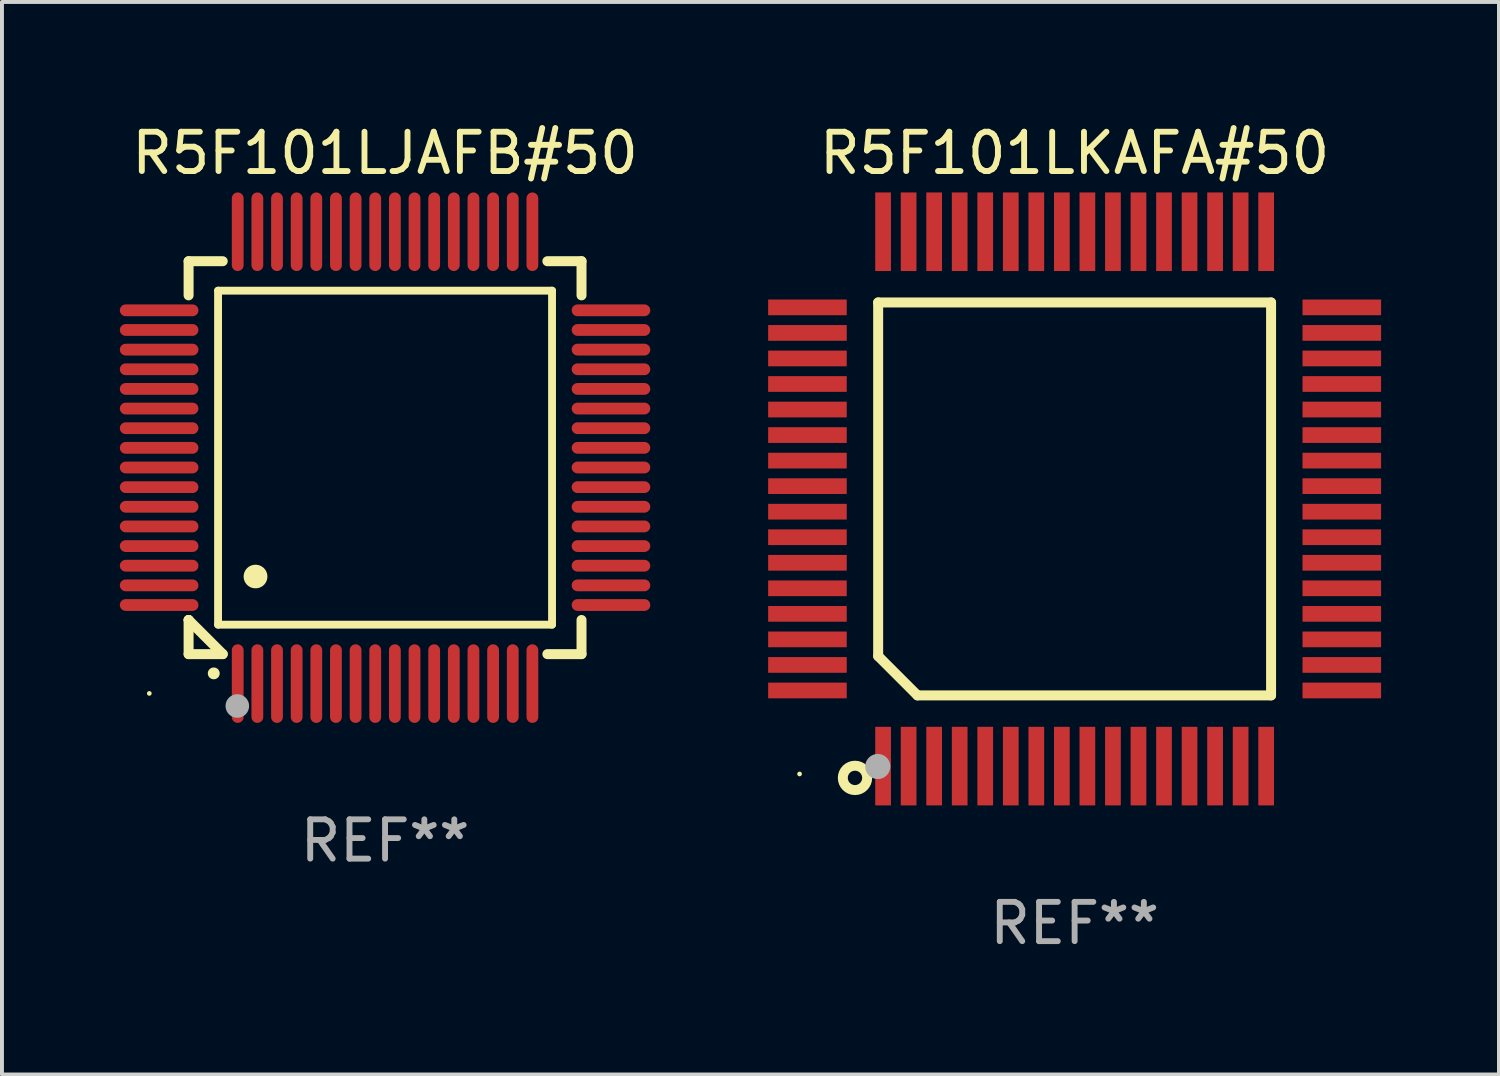
<source format=kicad_pcb>
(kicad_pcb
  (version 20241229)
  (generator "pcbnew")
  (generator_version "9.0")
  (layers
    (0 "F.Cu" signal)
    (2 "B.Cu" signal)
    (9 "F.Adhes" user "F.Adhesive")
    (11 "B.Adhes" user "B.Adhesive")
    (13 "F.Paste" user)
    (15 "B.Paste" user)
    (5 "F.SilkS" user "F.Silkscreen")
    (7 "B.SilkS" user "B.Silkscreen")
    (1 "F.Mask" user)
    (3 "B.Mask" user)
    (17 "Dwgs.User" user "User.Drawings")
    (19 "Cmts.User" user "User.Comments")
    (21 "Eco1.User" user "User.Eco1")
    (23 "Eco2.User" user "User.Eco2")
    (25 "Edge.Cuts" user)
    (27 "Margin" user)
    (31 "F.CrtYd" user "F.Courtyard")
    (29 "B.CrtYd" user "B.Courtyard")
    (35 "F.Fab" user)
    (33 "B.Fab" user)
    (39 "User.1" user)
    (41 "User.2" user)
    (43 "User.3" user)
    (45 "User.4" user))
  (footprint "R5F101LKAFA#50"
    (layer "F.Cu")
    (at 24.3 9.648)
    (property "Reference" "R5F101LKAFA#50" (at 0 -8.8 0) (layer "F.SilkS") (effects (font (size 1 1) (thickness 0.15))))
    (attr through_hole)
    (fp_line (start -5 -5) (end 5 -5) (stroke (width 0.254) (type solid)) (layer "F.SilkS"))
    (fp_line (start -5 4) (end -5 -5) (stroke (width 0.254) (type solid)) (layer "F.SilkS"))
    (fp_line (start -4 5) (end -5 4) (stroke (width 0.254) (type solid)) (layer "F.SilkS"))
    (fp_line (start 5 -5) (end 5 5) (stroke (width 0.254) (type solid)) (layer "F.SilkS"))
    (fp_line (start 5 5) (end -4 5) (stroke (width 0.254) (type solid)) (layer "F.SilkS"))
    (fp_circle (center -7 7) (end -6.97 7) (stroke (width 0.06) (type solid)) (fill no) (layer "F.SilkS"))
    (fp_circle (center -5.59 7.1) (end -5.28 7.1) (stroke (width 0.254) (type solid)) (fill no) (layer "F.SilkS"))
    (fp_circle (center -5.01 6.81) (end -4.85 6.81) (stroke (width 0.32) (type solid)) (fill no) (layer "F.Fab"))
    (fp_text user "REF**" (at 0 10.8 0) (layer "F.Fab") (effects (font (size 1 1) (thickness 0.15))))
    (pad "1" smd rect (at -4.875 6.8) (size 0.4 2) (layers "F.Cu" "F.Mask" "F.Paste"))
    (pad "2" smd rect (at -4.225 6.8) (size 0.4 2) (layers "F.Cu" "F.Mask" "F.Paste"))
    (pad "3" smd rect (at -3.575 6.8) (size 0.4 2) (layers "F.Cu" "F.Mask" "F.Paste"))
    (pad "4" smd rect (at -2.925 6.8) (size 0.4 2) (layers "F.Cu" "F.Mask" "F.Paste"))
    (pad "5" smd rect (at -2.275 6.8) (size 0.4 2) (layers "F.Cu" "F.Mask" "F.Paste"))
    (pad "6" smd rect (at -1.625 6.8) (size 0.4 2) (layers "F.Cu" "F.Mask" "F.Paste"))
    (pad "7" smd rect (at -0.975 6.8) (size 0.4 2) (layers "F.Cu" "F.Mask" "F.Paste"))
    (pad "8" smd rect (at -0.325 6.8) (size 0.4 2) (layers "F.Cu" "F.Mask" "F.Paste"))
    (pad "9" smd rect (at 0.325 6.8) (size 0.4 2) (layers "F.Cu" "F.Mask" "F.Paste"))
    (pad "10" smd rect (at 0.975 6.8) (size 0.4 2) (layers "F.Cu" "F.Mask" "F.Paste"))
    (pad "11" smd rect (at 1.625 6.8) (size 0.4 2) (layers "F.Cu" "F.Mask" "F.Paste"))
    (pad "12" smd rect (at 2.275 6.8) (size 0.4 2) (layers "F.Cu" "F.Mask" "F.Paste"))
    (pad "13" smd rect (at 2.925 6.8) (size 0.4 2) (layers "F.Cu" "F.Mask" "F.Paste"))
    (pad "14" smd rect (at 3.575 6.8) (size 0.4 2) (layers "F.Cu" "F.Mask" "F.Paste"))
    (pad "15" smd rect (at 4.225 6.8) (size 0.4 2) (layers "F.Cu" "F.Mask" "F.Paste"))
    (pad "16" smd rect (at 4.875 6.8) (size 0.4 2) (layers "F.Cu" "F.Mask" "F.Paste"))
    (pad "17" smd rect (at 6.8 4.875) (size 2 0.4) (layers "F.Cu" "F.Mask" "F.Paste"))
    (pad "18" smd rect (at 6.8 4.225) (size 2 0.4) (layers "F.Cu" "F.Mask" "F.Paste"))
    (pad "19" smd rect (at 6.8 3.575) (size 2 0.4) (layers "F.Cu" "F.Mask" "F.Paste"))
    (pad "20" smd rect (at 6.8 2.925) (size 2 0.4) (layers "F.Cu" "F.Mask" "F.Paste"))
    (pad "21" smd rect (at 6.8 2.275) (size 2 0.4) (layers "F.Cu" "F.Mask" "F.Paste"))
    (pad "22" smd rect (at 6.8 1.625) (size 2 0.4) (layers "F.Cu" "F.Mask" "F.Paste"))
    (pad "23" smd rect (at 6.8 0.975) (size 2 0.4) (layers "F.Cu" "F.Mask" "F.Paste"))
    (pad "24" smd rect (at 6.8 0.325) (size 2 0.4) (layers "F.Cu" "F.Mask" "F.Paste"))
    (pad "25" smd rect (at 6.8 -0.325) (size 2 0.4) (layers "F.Cu" "F.Mask" "F.Paste"))
    (pad "26" smd rect (at 6.8 -0.975) (size 2 0.4) (layers "F.Cu" "F.Mask" "F.Paste"))
    (pad "27" smd rect (at 6.8 -1.625) (size 2 0.4) (layers "F.Cu" "F.Mask" "F.Paste"))
    (pad "28" smd rect (at 6.8 -2.275) (size 2 0.4) (layers "F.Cu" "F.Mask" "F.Paste"))
    (pad "29" smd rect (at 6.8 -2.925) (size 2 0.4) (layers "F.Cu" "F.Mask" "F.Paste"))
    (pad "30" smd rect (at 6.8 -3.575) (size 2 0.4) (layers "F.Cu" "F.Mask" "F.Paste"))
    (pad "31" smd rect (at 6.8 -4.225) (size 2 0.4) (layers "F.Cu" "F.Mask" "F.Paste"))
    (pad "32" smd rect (at 6.8 -4.875) (size 2 0.4) (layers "F.Cu" "F.Mask" "F.Paste"))
    (pad "33" smd rect (at 4.875 -6.8) (size 0.4 2) (layers "F.Cu" "F.Mask" "F.Paste"))
    (pad "34" smd rect (at 4.225 -6.8) (size 0.4 2) (layers "F.Cu" "F.Mask" "F.Paste"))
    (pad "35" smd rect (at 3.575 -6.8) (size 0.4 2) (layers "F.Cu" "F.Mask" "F.Paste"))
    (pad "36" smd rect (at 2.925 -6.8) (size 0.4 2) (layers "F.Cu" "F.Mask" "F.Paste"))
    (pad "37" smd rect (at 2.275 -6.8) (size 0.4 2) (layers "F.Cu" "F.Mask" "F.Paste"))
    (pad "38" smd rect (at 1.625 -6.8) (size 0.4 2) (layers "F.Cu" "F.Mask" "F.Paste"))
    (pad "39" smd rect (at 0.975 -6.8) (size 0.4 2) (layers "F.Cu" "F.Mask" "F.Paste"))
    (pad "40" smd rect (at 0.325 -6.8) (size 0.4 2) (layers "F.Cu" "F.Mask" "F.Paste"))
    (pad "41" smd rect (at -0.325 -6.8) (size 0.4 2) (layers "F.Cu" "F.Mask" "F.Paste"))
    (pad "42" smd rect (at -0.975 -6.8) (size 0.4 2) (layers "F.Cu" "F.Mask" "F.Paste"))
    (pad "43" smd rect (at -1.625 -6.8) (size 0.4 2) (layers "F.Cu" "F.Mask" "F.Paste"))
    (pad "44" smd rect (at -2.275 -6.8) (size 0.4 2) (layers "F.Cu" "F.Mask" "F.Paste"))
    (pad "45" smd rect (at -2.925 -6.8) (size 0.4 2) (layers "F.Cu" "F.Mask" "F.Paste"))
    (pad "46" smd rect (at -3.575 -6.8) (size 0.4 2) (layers "F.Cu" "F.Mask" "F.Paste"))
    (pad "47" smd rect (at -4.225 -6.8) (size 0.4 2) (layers "F.Cu" "F.Mask" "F.Paste"))
    (pad "48" smd rect (at -4.875 -6.8) (size 0.4 2) (layers "F.Cu" "F.Mask" "F.Paste"))
    (pad "49" smd rect (at -6.8 -4.875) (size 2 0.4) (layers "F.Cu" "F.Mask" "F.Paste"))
    (pad "50" smd rect (at -6.8 -4.225) (size 2 0.4) (layers "F.Cu" "F.Mask" "F.Paste"))
    (pad "51" smd rect (at -6.8 -3.575) (size 2 0.4) (layers "F.Cu" "F.Mask" "F.Paste"))
    (pad "52" smd rect (at -6.8 -2.925) (size 2 0.4) (layers "F.Cu" "F.Mask" "F.Paste"))
    (pad "53" smd rect (at -6.8 -2.275) (size 2 0.4) (layers "F.Cu" "F.Mask" "F.Paste"))
    (pad "54" smd rect (at -6.8 -1.625) (size 2 0.4) (layers "F.Cu" "F.Mask" "F.Paste"))
    (pad "55" smd rect (at -6.8 -0.975) (size 2 0.4) (layers "F.Cu" "F.Mask" "F.Paste"))
    (pad "56" smd rect (at -6.8 -0.325) (size 2 0.4) (layers "F.Cu" "F.Mask" "F.Paste"))
    (pad "57" smd rect (at -6.8 0.325) (size 2 0.4) (layers "F.Cu" "F.Mask" "F.Paste"))
    (pad "58" smd rect (at -6.8 0.975) (size 2 0.4) (layers "F.Cu" "F.Mask" "F.Paste"))
    (pad "59" smd rect (at -6.8 1.625) (size 2 0.4) (layers "F.Cu" "F.Mask" "F.Paste"))
    (pad "60" smd rect (at -6.8 2.275) (size 2 0.4) (layers "F.Cu" "F.Mask" "F.Paste"))
    (pad "61" smd rect (at -6.8 2.925) (size 2 0.4) (layers "F.Cu" "F.Mask" "F.Paste"))
    (pad "62" smd rect (at -6.8 3.575) (size 2 0.4) (layers "F.Cu" "F.Mask" "F.Paste"))
    (pad "63" smd rect (at -6.8 4.225) (size 2 0.4) (layers "F.Cu" "F.Mask" "F.Paste"))
    (pad "64" smd rect (at -6.8 4.875) (size 2 0.4) (layers "F.Cu" "F.Mask" "F.Paste")))
  (footprint "R5F101LJAFB#50"
    (layer "F.Cu")
    (at 6.75 8.598)
    (property "Reference" "R5F101LJAFB#50" (at 0 -7.75 0) (layer "F.SilkS") (effects (font (size 1 1) (thickness 0.15))))
    (attr through_hole)
    (fp_line (start -5 -5) (end -4.131 -5) (stroke (width 0.254) (type solid)) (layer "F.SilkS"))
    (fp_line (start -5 -4.131) (end -5 -5) (stroke (width 0.254) (type solid)) (layer "F.SilkS"))
    (fp_line (start -5 4.131) (end -5 4.131) (stroke (width 0.254) (type solid)) (layer "F.SilkS"))
    (fp_line (start -5 5) (end -5 4.131) (stroke (width 0.254) (type solid)) (layer "F.SilkS"))
    (fp_line (start -5 4.131) (end -4.131 5) (stroke (width 0.254) (type solid)) (layer "F.SilkS"))
    (fp_line (start -4.25 -4.25) (end -4.25 4.25) (stroke (width 0.2) (type solid)) (layer "F.SilkS"))
    (fp_line (start -4.25 4.25) (end 4.25 4.25) (stroke (width 0.2) (type solid)) (layer "F.SilkS"))
    (fp_line (start -4.131 5) (end -5 5) (stroke (width 0.254) (type solid)) (layer "F.SilkS"))
    (fp_line (start 4.25 -4.25) (end -4.25 -4.25) (stroke (width 0.2) (type solid)) (layer "F.SilkS"))
    (fp_line (start 4.25 4.25) (end 4.25 -4.25) (stroke (width 0.2) (type solid)) (layer "F.SilkS"))
    (fp_line (start 5 -5) (end 4.131 -5) (stroke (width 0.254) (type solid)) (layer "F.SilkS"))
    (fp_line (start 5 -5) (end 5 -4.131) (stroke (width 0.254) (type solid)) (layer "F.SilkS"))
    (fp_line (start 5 4.131) (end 5 5) (stroke (width 0.254) (type solid)) (layer "F.SilkS"))
    (fp_line (start 5 5) (end 4.131 5) (stroke (width 0.254) (type solid)) (layer "F.SilkS"))
    (fp_arc (start -4.361265 5.489992) (mid -4.359995 5.489987) (end -4.358725 5.489992) (stroke (width 0.3) (type solid)) (layer "F.SilkS"))
    (fp_arc (start -3.299467 3.025146) (mid -3.296927 3.025135) (end -3.294387 3.025146) (stroke (width 0.6) (type solid)) (layer "F.SilkS"))
    (fp_circle (center -6 6) (end -5.97 6) (stroke (width 0.06) (type solid)) (fill no) (layer "F.SilkS"))
    (fp_circle (center -3.76 6.32) (end -3.61 6.32) (stroke (width 0.3) (type solid)) (fill no) (layer "F.Fab"))
    (fp_text user "REF**" (at 0 9.75 0) (layer "F.Fab") (effects (font (size 1 1) (thickness 0.15))))
    (pad "1" smd oval (at -3.75 5.75) (size 0.3 2) (layers "F.Cu" "F.Mask" "F.Paste"))
    (pad "2" smd oval (at -3.25 5.75) (size 0.3 2) (layers "F.Cu" "F.Mask" "F.Paste"))
    (pad "3" smd oval (at -2.75 5.75) (size 0.3 2) (layers "F.Cu" "F.Mask" "F.Paste"))
    (pad "4" smd oval (at -2.25 5.75) (size 0.3 2) (layers "F.Cu" "F.Mask" "F.Paste"))
    (pad "5" smd oval (at -1.75 5.75) (size 0.3 2) (layers "F.Cu" "F.Mask" "F.Paste"))
    (pad "6" smd oval (at -1.25 5.75) (size 0.3 2) (layers "F.Cu" "F.Mask" "F.Paste"))
    (pad "7" smd oval (at -0.75 5.75) (size 0.3 2) (layers "F.Cu" "F.Mask" "F.Paste"))
    (pad "8" smd oval (at -0.25 5.75) (size 0.3 2) (layers "F.Cu" "F.Mask" "F.Paste"))
    (pad "9" smd oval (at 0.25 5.75) (size 0.3 2) (layers "F.Cu" "F.Mask" "F.Paste"))
    (pad "10" smd oval (at 0.75 5.75) (size 0.3 2) (layers "F.Cu" "F.Mask" "F.Paste"))
    (pad "11" smd oval (at 1.25 5.75) (size 0.3 2) (layers "F.Cu" "F.Mask" "F.Paste"))
    (pad "12" smd oval (at 1.75 5.75) (size 0.3 2) (layers "F.Cu" "F.Mask" "F.Paste"))
    (pad "13" smd oval (at 2.25 5.75) (size 0.3 2) (layers "F.Cu" "F.Mask" "F.Paste"))
    (pad "14" smd oval (at 2.75 5.75) (size 0.3 2) (layers "F.Cu" "F.Mask" "F.Paste"))
    (pad "15" smd oval (at 3.25 5.75) (size 0.3 2) (layers "F.Cu" "F.Mask" "F.Paste"))
    (pad "16" smd oval (at 3.75 5.75) (size 0.3 2) (layers "F.Cu" "F.Mask" "F.Paste"))
    (pad "17" smd oval (at 5.75 3.75) (size 2 0.3) (layers "F.Cu" "F.Mask" "F.Paste"))
    (pad "18" smd oval (at 5.75 3.25) (size 2 0.3) (layers "F.Cu" "F.Mask" "F.Paste"))
    (pad "19" smd oval (at 5.75 2.75) (size 2 0.3) (layers "F.Cu" "F.Mask" "F.Paste"))
    (pad "20" smd oval (at 5.75 2.25) (size 2 0.3) (layers "F.Cu" "F.Mask" "F.Paste"))
    (pad "21" smd oval (at 5.75 1.75) (size 2 0.3) (layers "F.Cu" "F.Mask" "F.Paste"))
    (pad "22" smd oval (at 5.75 1.25) (size 2 0.3) (layers "F.Cu" "F.Mask" "F.Paste"))
    (pad "23" smd oval (at 5.75 0.75) (size 2 0.3) (layers "F.Cu" "F.Mask" "F.Paste"))
    (pad "24" smd oval (at 5.75 0.25) (size 2 0.3) (layers "F.Cu" "F.Mask" "F.Paste"))
    (pad "25" smd oval (at 5.75 -0.25) (size 2 0.3) (layers "F.Cu" "F.Mask" "F.Paste"))
    (pad "26" smd oval (at 5.75 -0.75) (size 2 0.3) (layers "F.Cu" "F.Mask" "F.Paste"))
    (pad "27" smd oval (at 5.75 -1.25) (size 2 0.3) (layers "F.Cu" "F.Mask" "F.Paste"))
    (pad "28" smd oval (at 5.75 -1.75) (size 2 0.3) (layers "F.Cu" "F.Mask" "F.Paste"))
    (pad "29" smd oval (at 5.75 -2.25) (size 2 0.3) (layers "F.Cu" "F.Mask" "F.Paste"))
    (pad "30" smd oval (at 5.75 -2.75) (size 2 0.3) (layers "F.Cu" "F.Mask" "F.Paste"))
    (pad "31" smd oval (at 5.75 -3.25) (size 2 0.3) (layers "F.Cu" "F.Mask" "F.Paste"))
    (pad "32" smd oval (at 5.75 -3.75) (size 2 0.3) (layers "F.Cu" "F.Mask" "F.Paste"))
    (pad "33" smd oval (at 3.75 -5.75) (size 0.3 2) (layers "F.Cu" "F.Mask" "F.Paste"))
    (pad "34" smd oval (at 3.25 -5.75) (size 0.3 2) (layers "F.Cu" "F.Mask" "F.Paste"))
    (pad "35" smd oval (at 2.75 -5.75) (size 0.3 2) (layers "F.Cu" "F.Mask" "F.Paste"))
    (pad "36" smd oval (at 2.25 -5.75) (size 0.3 2) (layers "F.Cu" "F.Mask" "F.Paste"))
    (pad "37" smd oval (at 1.75 -5.75) (size 0.3 2) (layers "F.Cu" "F.Mask" "F.Paste"))
    (pad "38" smd oval (at 1.25 -5.75) (size 0.3 2) (layers "F.Cu" "F.Mask" "F.Paste"))
    (pad "39" smd oval (at 0.75 -5.75) (size 0.3 2) (layers "F.Cu" "F.Mask" "F.Paste"))
    (pad "40" smd oval (at 0.25 -5.75) (size 0.3 2) (layers "F.Cu" "F.Mask" "F.Paste"))
    (pad "41" smd oval (at -0.25 -5.75) (size 0.3 2) (layers "F.Cu" "F.Mask" "F.Paste"))
    (pad "42" smd oval (at -0.75 -5.75) (size 0.3 2) (layers "F.Cu" "F.Mask" "F.Paste"))
    (pad "43" smd oval (at -1.25 -5.75) (size 0.3 2) (layers "F.Cu" "F.Mask" "F.Paste"))
    (pad "44" smd oval (at -1.75 -5.75) (size 0.3 2) (layers "F.Cu" "F.Mask" "F.Paste"))
    (pad "45" smd oval (at -2.25 -5.75) (size 0.3 2) (layers "F.Cu" "F.Mask" "F.Paste"))
    (pad "46" smd oval (at -2.75 -5.75) (size 0.3 2) (layers "F.Cu" "F.Mask" "F.Paste"))
    (pad "47" smd oval (at -3.25 -5.75) (size 0.3 2) (layers "F.Cu" "F.Mask" "F.Paste"))
    (pad "48" smd oval (at -3.75 -5.75) (size 0.3 2) (layers "F.Cu" "F.Mask" "F.Paste"))
    (pad "49" smd oval (at -5.75 -3.75) (size 2 0.3) (layers "F.Cu" "F.Mask" "F.Paste"))
    (pad "50" smd oval (at -5.75 -3.25) (size 2 0.3) (layers "F.Cu" "F.Mask" "F.Paste"))
    (pad "51" smd oval (at -5.75 -2.75) (size 2 0.3) (layers "F.Cu" "F.Mask" "F.Paste"))
    (pad "52" smd oval (at -5.75 -2.25) (size 2 0.3) (layers "F.Cu" "F.Mask" "F.Paste"))
    (pad "53" smd oval (at -5.75 -1.75) (size 2 0.3) (layers "F.Cu" "F.Mask" "F.Paste"))
    (pad "54" smd oval (at -5.75 -1.25) (size 2 0.3) (layers "F.Cu" "F.Mask" "F.Paste"))
    (pad "55" smd oval (at -5.75 -0.75) (size 2 0.3) (layers "F.Cu" "F.Mask" "F.Paste"))
    (pad "56" smd oval (at -5.75 -0.25) (size 2 0.3) (layers "F.Cu" "F.Mask" "F.Paste"))
    (pad "57" smd oval (at -5.75 0.25) (size 2 0.3) (layers "F.Cu" "F.Mask" "F.Paste"))
    (pad "58" smd oval (at -5.75 0.75) (size 2 0.3) (layers "F.Cu" "F.Mask" "F.Paste"))
    (pad "59" smd oval (at -5.75 1.25) (size 2 0.3) (layers "F.Cu" "F.Mask" "F.Paste"))
    (pad "60" smd oval (at -5.75 1.75) (size 2 0.3) (layers "F.Cu" "F.Mask" "F.Paste"))
    (pad "61" smd oval (at -5.75 2.25) (size 2 0.3) (layers "F.Cu" "F.Mask" "F.Paste"))
    (pad "62" smd oval (at -5.75 2.75) (size 2 0.3) (layers "F.Cu" "F.Mask" "F.Paste"))
    (pad "63" smd oval (at -5.75 3.25) (size 2 0.3) (layers "F.Cu" "F.Mask" "F.Paste"))
    (pad "64" smd oval (at -5.75 3.75) (size 2 0.3) (layers "F.Cu" "F.Mask" "F.Paste")))
  (gr_rect
    (start -3 -3)
    (end 35.1 24.297)
    (stroke (width 0.1) (type default))
    (fill no)
    (layer "Edge.Cuts")))
</source>
